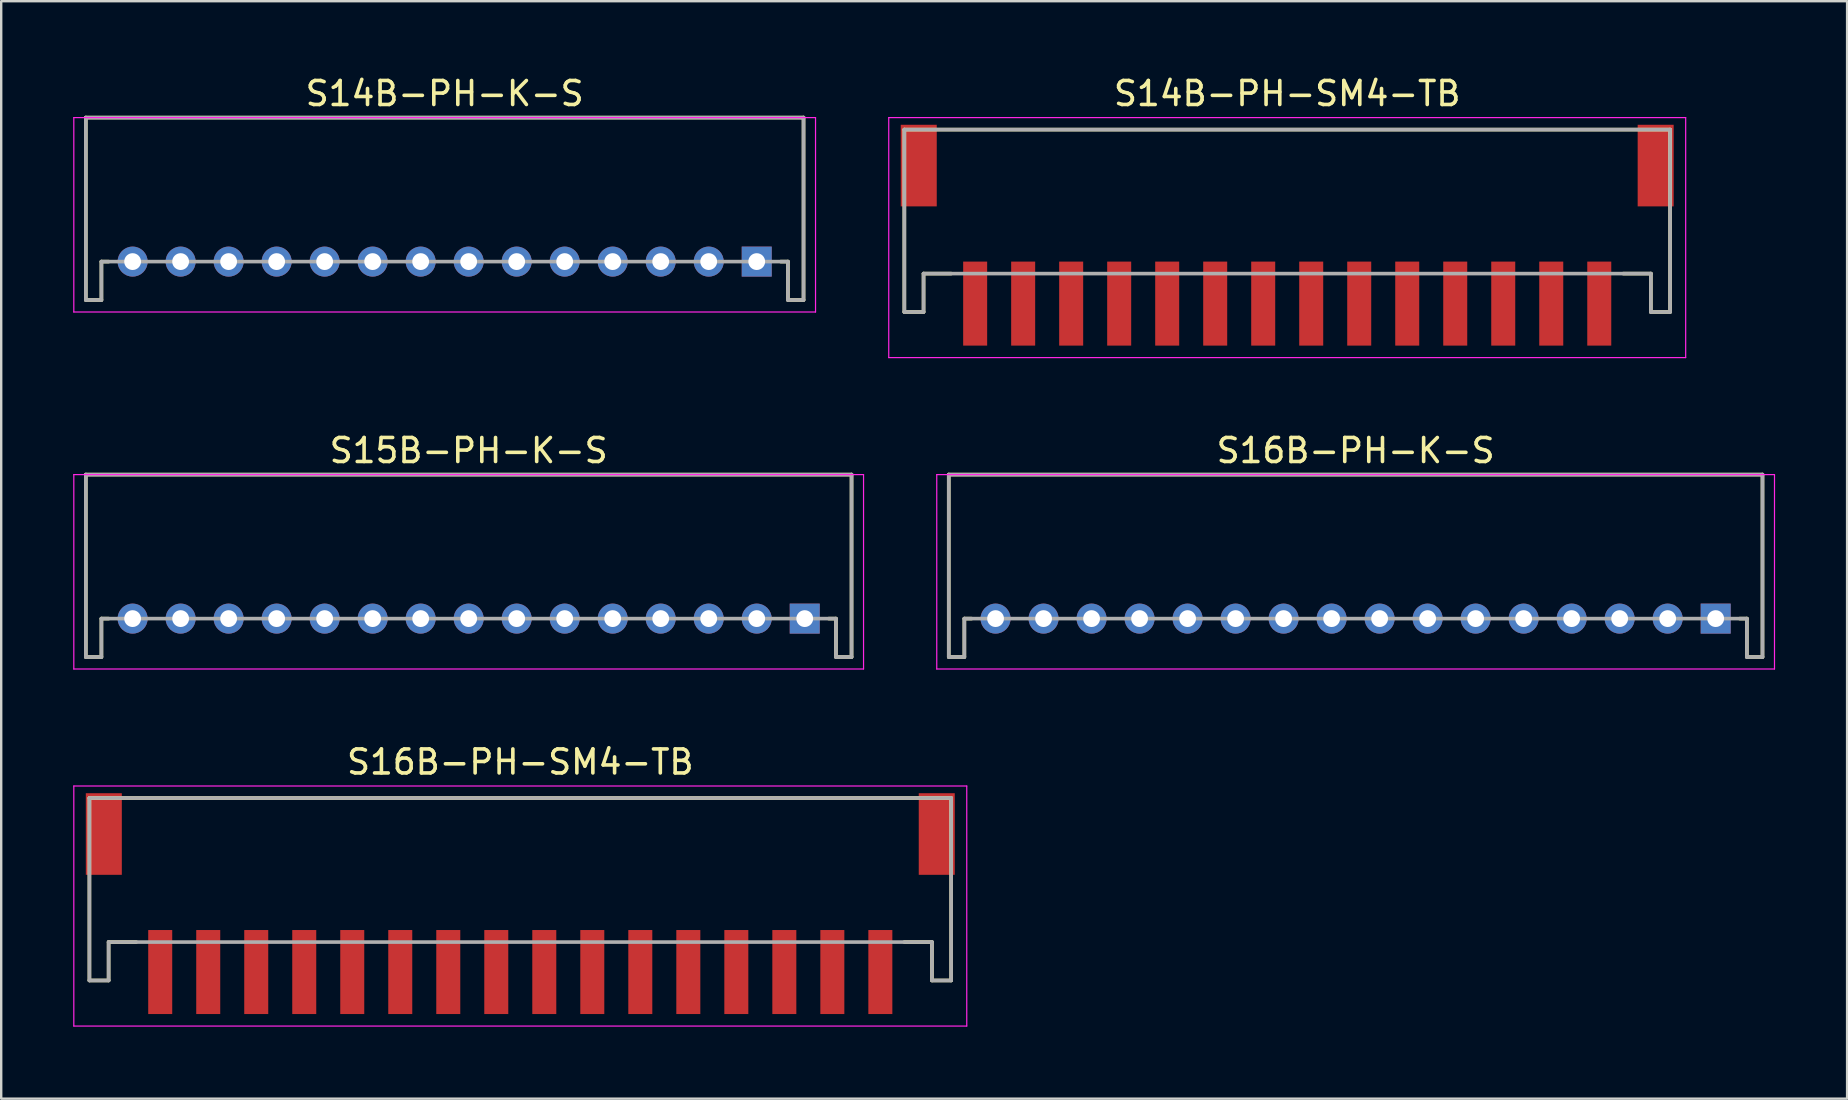
<source format=kicad_pcb>
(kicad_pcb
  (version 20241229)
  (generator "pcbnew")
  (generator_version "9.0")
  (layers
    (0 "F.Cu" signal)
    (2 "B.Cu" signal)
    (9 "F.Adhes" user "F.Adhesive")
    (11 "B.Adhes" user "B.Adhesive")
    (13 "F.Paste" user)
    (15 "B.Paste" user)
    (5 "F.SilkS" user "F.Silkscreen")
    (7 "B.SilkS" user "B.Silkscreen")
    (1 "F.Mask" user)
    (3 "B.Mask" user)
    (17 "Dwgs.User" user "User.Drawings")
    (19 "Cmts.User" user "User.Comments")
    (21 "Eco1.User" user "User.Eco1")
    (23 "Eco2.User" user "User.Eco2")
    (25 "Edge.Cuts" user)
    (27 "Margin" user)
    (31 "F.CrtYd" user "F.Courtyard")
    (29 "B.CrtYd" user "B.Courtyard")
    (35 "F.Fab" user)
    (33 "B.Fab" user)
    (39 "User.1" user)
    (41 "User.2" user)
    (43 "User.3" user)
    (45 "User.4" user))
  (footprint "S16B-PH-K-S"
    (layer "F.Cu")
    (at 53.425 22.721)
    (property "Reference" "S16B-PH-K-S" (at 0 -7 0) (layer "F.SilkS") (effects (font (size 1 1) (thickness 0.15))))
    (attr smd)
    (fp_line (start -16.95 -6) (end -16.95 1.6) (stroke (width 0.15) (type solid)) (layer "F.SilkS"))
    (fp_line (start -16.95 -6) (end 16.95 -6) (stroke (width 0.15) (type solid)) (layer "F.SilkS"))
    (fp_line (start -16.95 1.6) (end -16.3 1.6) (stroke (width 0.15) (type solid)) (layer "F.SilkS"))
    (fp_line (start -16.3 0) (end -16.3 1.6) (stroke (width 0.15) (type solid)) (layer "F.SilkS"))
    (fp_line (start -16.3 0) (end -16 0) (stroke (width 0.15) (type solid)) (layer "F.SilkS"))
    (fp_line (start 16 0) (end 16.3 0) (stroke (width 0.15) (type solid)) (layer "F.SilkS"))
    (fp_line (start 16.3 0) (end 16.3 1.6) (stroke (width 0.15) (type solid)) (layer "F.SilkS"))
    (fp_line (start 16.3 1.6) (end 16.95 1.6) (stroke (width 0.15) (type solid)) (layer "F.SilkS"))
    (fp_line (start 16.95 -6) (end 16.95 1.6) (stroke (width 0.15) (type solid)) (layer "F.SilkS"))
    (fp_line (start -17.45 -6) (end -17.45 2.1) (stroke (width 0.05) (type solid)) (layer "F.CrtYd"))
    (fp_line (start -17.45 -6) (end 17.45 -6) (stroke (width 0.05) (type solid)) (layer "F.CrtYd"))
    (fp_line (start -17.45 2.1) (end 17.45 2.1) (stroke (width 0.05) (type solid)) (layer "F.CrtYd"))
    (fp_line (start 17.45 -6) (end 17.45 2.1) (stroke (width 0.05) (type solid)) (layer "F.CrtYd"))
    (fp_line (start -16.95 -6) (end -16.95 1.6) (stroke (width 0.15) (type solid)) (layer "F.Fab"))
    (fp_line (start -16.95 -6) (end 16.95 -6) (stroke (width 0.15) (type solid)) (layer "F.Fab"))
    (fp_line (start -16.95 1.6) (end -16.3 1.6) (stroke (width 0.15) (type solid)) (layer "F.Fab"))
    (fp_line (start -16.3 0) (end -16.3 1.6) (stroke (width 0.15) (type solid)) (layer "F.Fab"))
    (fp_line (start -16.3 0) (end 16.3 0) (stroke (width 0.15) (type solid)) (layer "F.Fab"))
    (fp_line (start 16.3 0) (end 16.3 1.6) (stroke (width 0.15) (type solid)) (layer "F.Fab"))
    (fp_line (start 16.3 1.6) (end 16.95 1.6) (stroke (width 0.15) (type solid)) (layer "F.Fab"))
    (fp_line (start 16.95 -6) (end 16.95 1.6) (stroke (width 0.15) (type solid)) (layer "F.Fab"))
    (pad "1" thru_hole rect (at 15 0 180) (size 1.25 1.25) (drill 0.7) (layers "*.Cu" "*.Mask"))
    (pad "2" thru_hole circle (at 13 0 180) (size 1.25 1.25) (drill 0.7) (layers "*.Cu" "*.Mask"))
    (pad "3" thru_hole circle (at 11 0 180) (size 1.25 1.25) (drill 0.7) (layers "*.Cu" "*.Mask"))
    (pad "4" thru_hole circle (at 9 0 180) (size 1.25 1.25) (drill 0.7) (layers "*.Cu" "*.Mask"))
    (pad "5" thru_hole circle (at 7 0 180) (size 1.25 1.25) (drill 0.7) (layers "*.Cu" "*.Mask"))
    (pad "6" thru_hole circle (at 5 0 180) (size 1.25 1.25) (drill 0.7) (layers "*.Cu" "*.Mask"))
    (pad "7" thru_hole circle (at 3 0 180) (size 1.25 1.25) (drill 0.7) (layers "*.Cu" "*.Mask"))
    (pad "8" thru_hole circle (at 1 0 180) (size 1.25 1.25) (drill 0.7) (layers "*.Cu" "*.Mask"))
    (pad "9" thru_hole circle (at -1 0 180) (size 1.25 1.25) (drill 0.7) (layers "*.Cu" "*.Mask"))
    (pad "10" thru_hole circle (at -3 0 180) (size 1.25 1.25) (drill 0.7) (layers "*.Cu" "*.Mask"))
    (pad "11" thru_hole circle (at -5 0 180) (size 1.25 1.25) (drill 0.7) (layers "*.Cu" "*.Mask"))
    (pad "12" thru_hole circle (at -7 0 180) (size 1.25 1.25) (drill 0.7) (layers "*.Cu" "*.Mask"))
    (pad "13" thru_hole circle (at -9 0 180) (size 1.25 1.25) (drill 0.7) (layers "*.Cu" "*.Mask"))
    (pad "14" thru_hole circle (at -11 0 180) (size 1.25 1.25) (drill 0.7) (layers "*.Cu" "*.Mask"))
    (pad "15" thru_hole circle (at -13 0 180) (size 1.25 1.25) (drill 0.7) (layers "*.Cu" "*.Mask"))
    (pad "16" thru_hole circle (at -15 0 180) (size 1.25 1.25) (drill 0.7) (layers "*.Cu" "*.Mask")))
  (footprint "S15B-PH-K-S"
    (layer "F.Cu")
    (at 16.475 22.721)
    (property "Reference" "S15B-PH-K-S" (at 0 -7 0) (layer "F.SilkS") (effects (font (size 1 1) (thickness 0.15))))
    (attr smd)
    (fp_line (start -15.95 -6) (end -15.95 1.6) (stroke (width 0.15) (type solid)) (layer "F.SilkS"))
    (fp_line (start -15.95 -6) (end 15.95 -6) (stroke (width 0.15) (type solid)) (layer "F.SilkS"))
    (fp_line (start -15.95 1.6) (end -15.3 1.6) (stroke (width 0.15) (type solid)) (layer "F.SilkS"))
    (fp_line (start -15.3 0) (end -15.3 1.6) (stroke (width 0.15) (type solid)) (layer "F.SilkS"))
    (fp_line (start -15.3 0) (end -15 0) (stroke (width 0.15) (type solid)) (layer "F.SilkS"))
    (fp_line (start 15 0) (end 15.3 0) (stroke (width 0.15) (type solid)) (layer "F.SilkS"))
    (fp_line (start 15.3 0) (end 15.3 1.6) (stroke (width 0.15) (type solid)) (layer "F.SilkS"))
    (fp_line (start 15.3 1.6) (end 15.95 1.6) (stroke (width 0.15) (type solid)) (layer "F.SilkS"))
    (fp_line (start 15.95 -6) (end 15.95 1.6) (stroke (width 0.15) (type solid)) (layer "F.SilkS"))
    (fp_line (start -16.45 -6) (end -16.45 2.1) (stroke (width 0.05) (type solid)) (layer "F.CrtYd"))
    (fp_line (start -16.45 -6) (end 16.45 -6) (stroke (width 0.05) (type solid)) (layer "F.CrtYd"))
    (fp_line (start -16.45 2.1) (end 16.45 2.1) (stroke (width 0.05) (type solid)) (layer "F.CrtYd"))
    (fp_line (start 16.45 -6) (end 16.45 2.1) (stroke (width 0.05) (type solid)) (layer "F.CrtYd"))
    (fp_line (start -15.95 -6) (end -15.95 1.6) (stroke (width 0.15) (type solid)) (layer "F.Fab"))
    (fp_line (start -15.95 -6) (end 15.95 -6) (stroke (width 0.15) (type solid)) (layer "F.Fab"))
    (fp_line (start -15.95 1.6) (end -15.3 1.6) (stroke (width 0.15) (type solid)) (layer "F.Fab"))
    (fp_line (start -15.3 0) (end -15.3 1.6) (stroke (width 0.15) (type solid)) (layer "F.Fab"))
    (fp_line (start -15.3 0) (end 15.3 0) (stroke (width 0.15) (type solid)) (layer "F.Fab"))
    (fp_line (start 15.3 0) (end 15.3 1.6) (stroke (width 0.15) (type solid)) (layer "F.Fab"))
    (fp_line (start 15.3 1.6) (end 15.95 1.6) (stroke (width 0.15) (type solid)) (layer "F.Fab"))
    (fp_line (start 15.95 -6) (end 15.95 1.6) (stroke (width 0.15) (type solid)) (layer "F.Fab"))
    (pad "1" thru_hole rect (at 14 0 180) (size 1.25 1.25) (drill 0.7) (layers "*.Cu" "*.Mask"))
    (pad "2" thru_hole circle (at 12 0 180) (size 1.25 1.25) (drill 0.7) (layers "*.Cu" "*.Mask"))
    (pad "3" thru_hole circle (at 10 0 180) (size 1.25 1.25) (drill 0.7) (layers "*.Cu" "*.Mask"))
    (pad "4" thru_hole circle (at 8 0 180) (size 1.25 1.25) (drill 0.7) (layers "*.Cu" "*.Mask"))
    (pad "5" thru_hole circle (at 6 0 180) (size 1.25 1.25) (drill 0.7) (layers "*.Cu" "*.Mask"))
    (pad "6" thru_hole circle (at 4 0 180) (size 1.25 1.25) (drill 0.7) (layers "*.Cu" "*.Mask"))
    (pad "7" thru_hole circle (at 2 0 180) (size 1.25 1.25) (drill 0.7) (layers "*.Cu" "*.Mask"))
    (pad "8" thru_hole circle (at 0 0 180) (size 1.25 1.25) (drill 0.7) (layers "*.Cu" "*.Mask"))
    (pad "9" thru_hole circle (at -2 0 180) (size 1.25 1.25) (drill 0.7) (layers "*.Cu" "*.Mask"))
    (pad "10" thru_hole circle (at -4 0 180) (size 1.25 1.25) (drill 0.7) (layers "*.Cu" "*.Mask"))
    (pad "11" thru_hole circle (at -6 0 180) (size 1.25 1.25) (drill 0.7) (layers "*.Cu" "*.Mask"))
    (pad "12" thru_hole circle (at -8 0 180) (size 1.25 1.25) (drill 0.7) (layers "*.Cu" "*.Mask"))
    (pad "13" thru_hole circle (at -10 0 180) (size 1.25 1.25) (drill 0.7) (layers "*.Cu" "*.Mask"))
    (pad "14" thru_hole circle (at -12 0 180) (size 1.25 1.25) (drill 0.7) (layers "*.Cu" "*.Mask"))
    (pad "15" thru_hole circle (at -14 0 180) (size 1.25 1.25) (drill 0.7) (layers "*.Cu" "*.Mask")))
  (footprint "S14B-PH-K-S"
    (layer "F.Cu")
    (at 15.475 7.848)
    (property "Reference" "S14B-PH-K-S" (at 0 -7 0) (layer "F.SilkS") (effects (font (size 1 1) (thickness 0.15))))
    (attr smd)
    (fp_line (start -14.95 -6) (end -14.95 1.6) (stroke (width 0.15) (type solid)) (layer "F.SilkS"))
    (fp_line (start -14.95 -6) (end 14.95 -6) (stroke (width 0.15) (type solid)) (layer "F.SilkS"))
    (fp_line (start -14.95 1.6) (end -14.3 1.6) (stroke (width 0.15) (type solid)) (layer "F.SilkS"))
    (fp_line (start -14.3 0) (end -14.3 1.6) (stroke (width 0.15) (type solid)) (layer "F.SilkS"))
    (fp_line (start -14.3 0) (end -14 0) (stroke (width 0.15) (type solid)) (layer "F.SilkS"))
    (fp_line (start 14 0) (end 14.3 0) (stroke (width 0.15) (type solid)) (layer "F.SilkS"))
    (fp_line (start 14.3 0) (end 14.3 1.6) (stroke (width 0.15) (type solid)) (layer "F.SilkS"))
    (fp_line (start 14.3 1.6) (end 14.95 1.6) (stroke (width 0.15) (type solid)) (layer "F.SilkS"))
    (fp_line (start 14.95 -6) (end 14.95 1.6) (stroke (width 0.15) (type solid)) (layer "F.SilkS"))
    (fp_line (start -15.45 -6) (end -15.45 2.1) (stroke (width 0.05) (type solid)) (layer "F.CrtYd"))
    (fp_line (start -15.45 -6) (end 15.45 -6) (stroke (width 0.05) (type solid)) (layer "F.CrtYd"))
    (fp_line (start -15.45 2.1) (end 15.45 2.1) (stroke (width 0.05) (type solid)) (layer "F.CrtYd"))
    (fp_line (start 15.45 -6) (end 15.45 2.1) (stroke (width 0.05) (type solid)) (layer "F.CrtYd"))
    (fp_line (start -14.95 -6) (end -14.95 1.6) (stroke (width 0.15) (type solid)) (layer "F.Fab"))
    (fp_line (start -14.95 -6) (end 14.95 -6) (stroke (width 0.15) (type solid)) (layer "F.Fab"))
    (fp_line (start -14.95 1.6) (end -14.3 1.6) (stroke (width 0.15) (type solid)) (layer "F.Fab"))
    (fp_line (start -14.3 0) (end -14.3 1.6) (stroke (width 0.15) (type solid)) (layer "F.Fab"))
    (fp_line (start -14.3 0) (end 14.3 0) (stroke (width 0.15) (type solid)) (layer "F.Fab"))
    (fp_line (start 14.3 0) (end 14.3 1.6) (stroke (width 0.15) (type solid)) (layer "F.Fab"))
    (fp_line (start 14.3 1.6) (end 14.95 1.6) (stroke (width 0.15) (type solid)) (layer "F.Fab"))
    (fp_line (start 14.95 -6) (end 14.95 1.6) (stroke (width 0.15) (type solid)) (layer "F.Fab"))
    (pad "1" thru_hole rect (at 13 0 180) (size 1.25 1.25) (drill 0.7) (layers "*.Cu" "*.Mask"))
    (pad "2" thru_hole circle (at 11 0 180) (size 1.25 1.25) (drill 0.7) (layers "*.Cu" "*.Mask"))
    (pad "3" thru_hole circle (at 9 0 180) (size 1.25 1.25) (drill 0.7) (layers "*.Cu" "*.Mask"))
    (pad "4" thru_hole circle (at 7 0 180) (size 1.25 1.25) (drill 0.7) (layers "*.Cu" "*.Mask"))
    (pad "5" thru_hole circle (at 5 0 180) (size 1.25 1.25) (drill 0.7) (layers "*.Cu" "*.Mask"))
    (pad "6" thru_hole circle (at 3 0 180) (size 1.25 1.25) (drill 0.7) (layers "*.Cu" "*.Mask"))
    (pad "7" thru_hole circle (at 1 0 180) (size 1.25 1.25) (drill 0.7) (layers "*.Cu" "*.Mask"))
    (pad "8" thru_hole circle (at -1 0 180) (size 1.25 1.25) (drill 0.7) (layers "*.Cu" "*.Mask"))
    (pad "9" thru_hole circle (at -3 0 180) (size 1.25 1.25) (drill 0.7) (layers "*.Cu" "*.Mask"))
    (pad "10" thru_hole circle (at -5 0 180) (size 1.25 1.25) (drill 0.7) (layers "*.Cu" "*.Mask"))
    (pad "11" thru_hole circle (at -7 0 180) (size 1.25 1.25) (drill 0.7) (layers "*.Cu" "*.Mask"))
    (pad "12" thru_hole circle (at -9 0 180) (size 1.25 1.25) (drill 0.7) (layers "*.Cu" "*.Mask"))
    (pad "13" thru_hole circle (at -11 0 180) (size 1.25 1.25) (drill 0.7) (layers "*.Cu" "*.Mask"))
    (pad "14" thru_hole circle (at -13 0 180) (size 1.25 1.25) (drill 0.7) (layers "*.Cu" "*.Mask")))
  (footprint "S14B-PH-SM4-TB"
    (layer "F.Cu")
    (at 50.575 7.848)
    (property "Reference" "S14B-PH-SM4-TB" (at 0 -7 0) (layer "F.SilkS") (effects (font (size 1 1) (thickness 0.15))))
    (attr smd)
    (fp_line (start -15.95 -5.5) (end -15.95 2.1) (stroke (width 0.15) (type solid)) (layer "F.SilkS"))
    (fp_line (start -15.95 -5.5) (end 15.95 -5.5) (stroke (width 0.15) (type solid)) (layer "F.SilkS"))
    (fp_line (start -15.95 2.1) (end -15.15 2.1) (stroke (width 0.15) (type solid)) (layer "F.SilkS"))
    (fp_line (start -15.15 0.5) (end -15.15 2.1) (stroke (width 0.15) (type solid)) (layer "F.SilkS"))
    (fp_line (start -15.15 0.5) (end -14 0.5) (stroke (width 0.15) (type solid)) (layer "F.SilkS"))
    (fp_line (start 14 0.5) (end 15.15 0.5) (stroke (width 0.15) (type solid)) (layer "F.SilkS"))
    (fp_line (start 15.15 0.5) (end 15.15 2.1) (stroke (width 0.15) (type solid)) (layer "F.SilkS"))
    (fp_line (start 15.15 2.1) (end 15.95 2.1) (stroke (width 0.15) (type solid)) (layer "F.SilkS"))
    (fp_line (start 15.95 -5.5) (end 15.95 2.1) (stroke (width 0.15) (type solid)) (layer "F.SilkS"))
    (fp_line (start -16.6 -6) (end -16.6 4) (stroke (width 0.05) (type solid)) (layer "F.CrtYd"))
    (fp_line (start -16.6 -6) (end 16.6 -6) (stroke (width 0.05) (type solid)) (layer "F.CrtYd"))
    (fp_line (start -16.6 4) (end 16.6 4) (stroke (width 0.05) (type solid)) (layer "F.CrtYd"))
    (fp_line (start 16.6 -6) (end 16.6 4) (stroke (width 0.05) (type solid)) (layer "F.CrtYd"))
    (fp_line (start -15.95 -5.5) (end -15.95 2.1) (stroke (width 0.15) (type solid)) (layer "F.Fab"))
    (fp_line (start -15.95 -5.5) (end 15.95 -5.5) (stroke (width 0.15) (type solid)) (layer "F.Fab"))
    (fp_line (start -15.95 2.1) (end -15.15 2.1) (stroke (width 0.15) (type solid)) (layer "F.Fab"))
    (fp_line (start -15.15 0.5) (end -15.15 2.1) (stroke (width 0.15) (type solid)) (layer "F.Fab"))
    (fp_line (start -15.15 0.5) (end 15.15 0.5) (stroke (width 0.15) (type solid)) (layer "F.Fab"))
    (fp_line (start 15.15 0.5) (end 15.15 2.1) (stroke (width 0.15) (type solid)) (layer "F.Fab"))
    (fp_line (start 15.15 2.1) (end 15.95 2.1) (stroke (width 0.15) (type solid)) (layer "F.Fab"))
    (fp_line (start 15.95 -5.5) (end 15.95 2.1) (stroke (width 0.15) (type solid)) (layer "F.Fab"))
    (pad "1" smd rect (at 13 1.75 180) (size 1 3.5) (layers "F.Cu" "F.Mask" "F.Paste"))
    (pad "2" smd rect (at 11 1.75 180) (size 1 3.5) (layers "F.Cu" "F.Mask" "F.Paste"))
    (pad "3" smd rect (at 9 1.75 180) (size 1 3.5) (layers "F.Cu" "F.Mask" "F.Paste"))
    (pad "4" smd rect (at 7 1.75 180) (size 1 3.5) (layers "F.Cu" "F.Mask" "F.Paste"))
    (pad "5" smd rect (at 5 1.75 180) (size 1 3.5) (layers "F.Cu" "F.Mask" "F.Paste"))
    (pad "6" smd rect (at 3 1.75 180) (size 1 3.5) (layers "F.Cu" "F.Mask" "F.Paste"))
    (pad "7" smd rect (at 1 1.75 180) (size 1 3.5) (layers "F.Cu" "F.Mask" "F.Paste"))
    (pad "8" smd rect (at -1 1.75 180) (size 1 3.5) (layers "F.Cu" "F.Mask" "F.Paste"))
    (pad "9" smd rect (at -3 1.75 180) (size 1 3.5) (layers "F.Cu" "F.Mask" "F.Paste"))
    (pad "10" smd rect (at -5 1.75 180) (size 1 3.5) (layers "F.Cu" "F.Mask" "F.Paste"))
    (pad "11" smd rect (at -7 1.75 180) (size 1 3.5) (layers "F.Cu" "F.Mask" "F.Paste"))
    (pad "12" smd rect (at -9 1.75 180) (size 1 3.5) (layers "F.Cu" "F.Mask" "F.Paste"))
    (pad "13" smd rect (at -11 1.75 180) (size 1 3.5) (layers "F.Cu" "F.Mask" "F.Paste"))
    (pad "14" smd rect (at -13 1.75 180) (size 1 3.5) (layers "F.Cu" "F.Mask" "F.Paste"))
    (pad "S" smd rect (at -15.35 -4 180) (size 1.5 3.4) (layers "F.Cu" "F.Mask" "F.Paste"))
    (pad "S" smd rect (at 15.35 -4 180) (size 1.5 3.4) (layers "F.Cu" "F.Mask" "F.Paste")))
  (footprint "S16B-PH-SM4-TB"
    (layer "F.Cu")
    (at 18.625 35.695)
    (property "Reference" "S16B-PH-SM4-TB" (at 0 -7 0) (layer "F.SilkS") (effects (font (size 1 1) (thickness 0.15))))
    (attr smd)
    (fp_line (start -17.95 -5.5) (end -17.95 2.1) (stroke (width 0.15) (type solid)) (layer "F.SilkS"))
    (fp_line (start -17.95 -5.5) (end 17.95 -5.5) (stroke (width 0.15) (type solid)) (layer "F.SilkS"))
    (fp_line (start -17.95 2.1) (end -17.15 2.1) (stroke (width 0.15) (type solid)) (layer "F.SilkS"))
    (fp_line (start -17.15 0.5) (end -17.15 2.1) (stroke (width 0.15) (type solid)) (layer "F.SilkS"))
    (fp_line (start -17.15 0.5) (end -16 0.5) (stroke (width 0.15) (type solid)) (layer "F.SilkS"))
    (fp_line (start 16 0.5) (end 17.15 0.5) (stroke (width 0.15) (type solid)) (layer "F.SilkS"))
    (fp_line (start 17.15 0.5) (end 17.15 2.1) (stroke (width 0.15) (type solid)) (layer "F.SilkS"))
    (fp_line (start 17.15 2.1) (end 17.95 2.1) (stroke (width 0.15) (type solid)) (layer "F.SilkS"))
    (fp_line (start 17.95 -5.5) (end 17.95 2.1) (stroke (width 0.15) (type solid)) (layer "F.SilkS"))
    (fp_line (start -18.6 -6) (end -18.6 4) (stroke (width 0.05) (type solid)) (layer "F.CrtYd"))
    (fp_line (start -18.6 -6) (end 18.6 -6) (stroke (width 0.05) (type solid)) (layer "F.CrtYd"))
    (fp_line (start -18.6 4) (end 18.6 4) (stroke (width 0.05) (type solid)) (layer "F.CrtYd"))
    (fp_line (start 18.6 -6) (end 18.6 4) (stroke (width 0.05) (type solid)) (layer "F.CrtYd"))
    (fp_line (start -17.95 -5.5) (end -17.95 2.1) (stroke (width 0.15) (type solid)) (layer "F.Fab"))
    (fp_line (start -17.95 -5.5) (end 17.95 -5.5) (stroke (width 0.15) (type solid)) (layer "F.Fab"))
    (fp_line (start -17.95 2.1) (end -17.15 2.1) (stroke (width 0.15) (type solid)) (layer "F.Fab"))
    (fp_line (start -17.15 0.5) (end -17.15 2.1) (stroke (width 0.15) (type solid)) (layer "F.Fab"))
    (fp_line (start -17.15 0.5) (end 17.15 0.5) (stroke (width 0.15) (type solid)) (layer "F.Fab"))
    (fp_line (start 17.15 0.5) (end 17.15 2.1) (stroke (width 0.15) (type solid)) (layer "F.Fab"))
    (fp_line (start 17.15 2.1) (end 17.95 2.1) (stroke (width 0.15) (type solid)) (layer "F.Fab"))
    (fp_line (start 17.95 -5.5) (end 17.95 2.1) (stroke (width 0.15) (type solid)) (layer "F.Fab"))
    (pad "1" smd rect (at 15 1.75 180) (size 1 3.5) (layers "F.Cu" "F.Mask" "F.Paste"))
    (pad "2" smd rect (at 13 1.75 180) (size 1 3.5) (layers "F.Cu" "F.Mask" "F.Paste"))
    (pad "3" smd rect (at 11 1.75 180) (size 1 3.5) (layers "F.Cu" "F.Mask" "F.Paste"))
    (pad "4" smd rect (at 9 1.75 180) (size 1 3.5) (layers "F.Cu" "F.Mask" "F.Paste"))
    (pad "5" smd rect (at 7 1.75 180) (size 1 3.5) (layers "F.Cu" "F.Mask" "F.Paste"))
    (pad "6" smd rect (at 5 1.75 180) (size 1 3.5) (layers "F.Cu" "F.Mask" "F.Paste"))
    (pad "7" smd rect (at 3 1.75 180) (size 1 3.5) (layers "F.Cu" "F.Mask" "F.Paste"))
    (pad "8" smd rect (at 1 1.75 180) (size 1 3.5) (layers "F.Cu" "F.Mask" "F.Paste"))
    (pad "9" smd rect (at -1 1.75 180) (size 1 3.5) (layers "F.Cu" "F.Mask" "F.Paste"))
    (pad "10" smd rect (at -3 1.75 180) (size 1 3.5) (layers "F.Cu" "F.Mask" "F.Paste"))
    (pad "11" smd rect (at -5 1.75 180) (size 1 3.5) (layers "F.Cu" "F.Mask" "F.Paste"))
    (pad "12" smd rect (at -7 1.75 180) (size 1 3.5) (layers "F.Cu" "F.Mask" "F.Paste"))
    (pad "13" smd rect (at -9 1.75 180) (size 1 3.5) (layers "F.Cu" "F.Mask" "F.Paste"))
    (pad "14" smd rect (at -11 1.75 180) (size 1 3.5) (layers "F.Cu" "F.Mask" "F.Paste"))
    (pad "15" smd rect (at -13 1.75 180) (size 1 3.5) (layers "F.Cu" "F.Mask" "F.Paste"))
    (pad "16" smd rect (at -15 1.75 180) (size 1 3.5) (layers "F.Cu" "F.Mask" "F.Paste"))
    (pad "S" smd rect (at -17.35 -4 180) (size 1.5 3.4) (layers "F.Cu" "F.Mask" "F.Paste"))
    (pad "S" smd rect (at 17.35 -4 180) (size 1.5 3.4) (layers "F.Cu" "F.Mask" "F.Paste")))
  (gr_rect
    (start -3 -3)
    (end 73.9 42.72)
    (stroke (width 0.1) (type default))
    (fill no)
    (layer "Edge.Cuts")))
</source>
